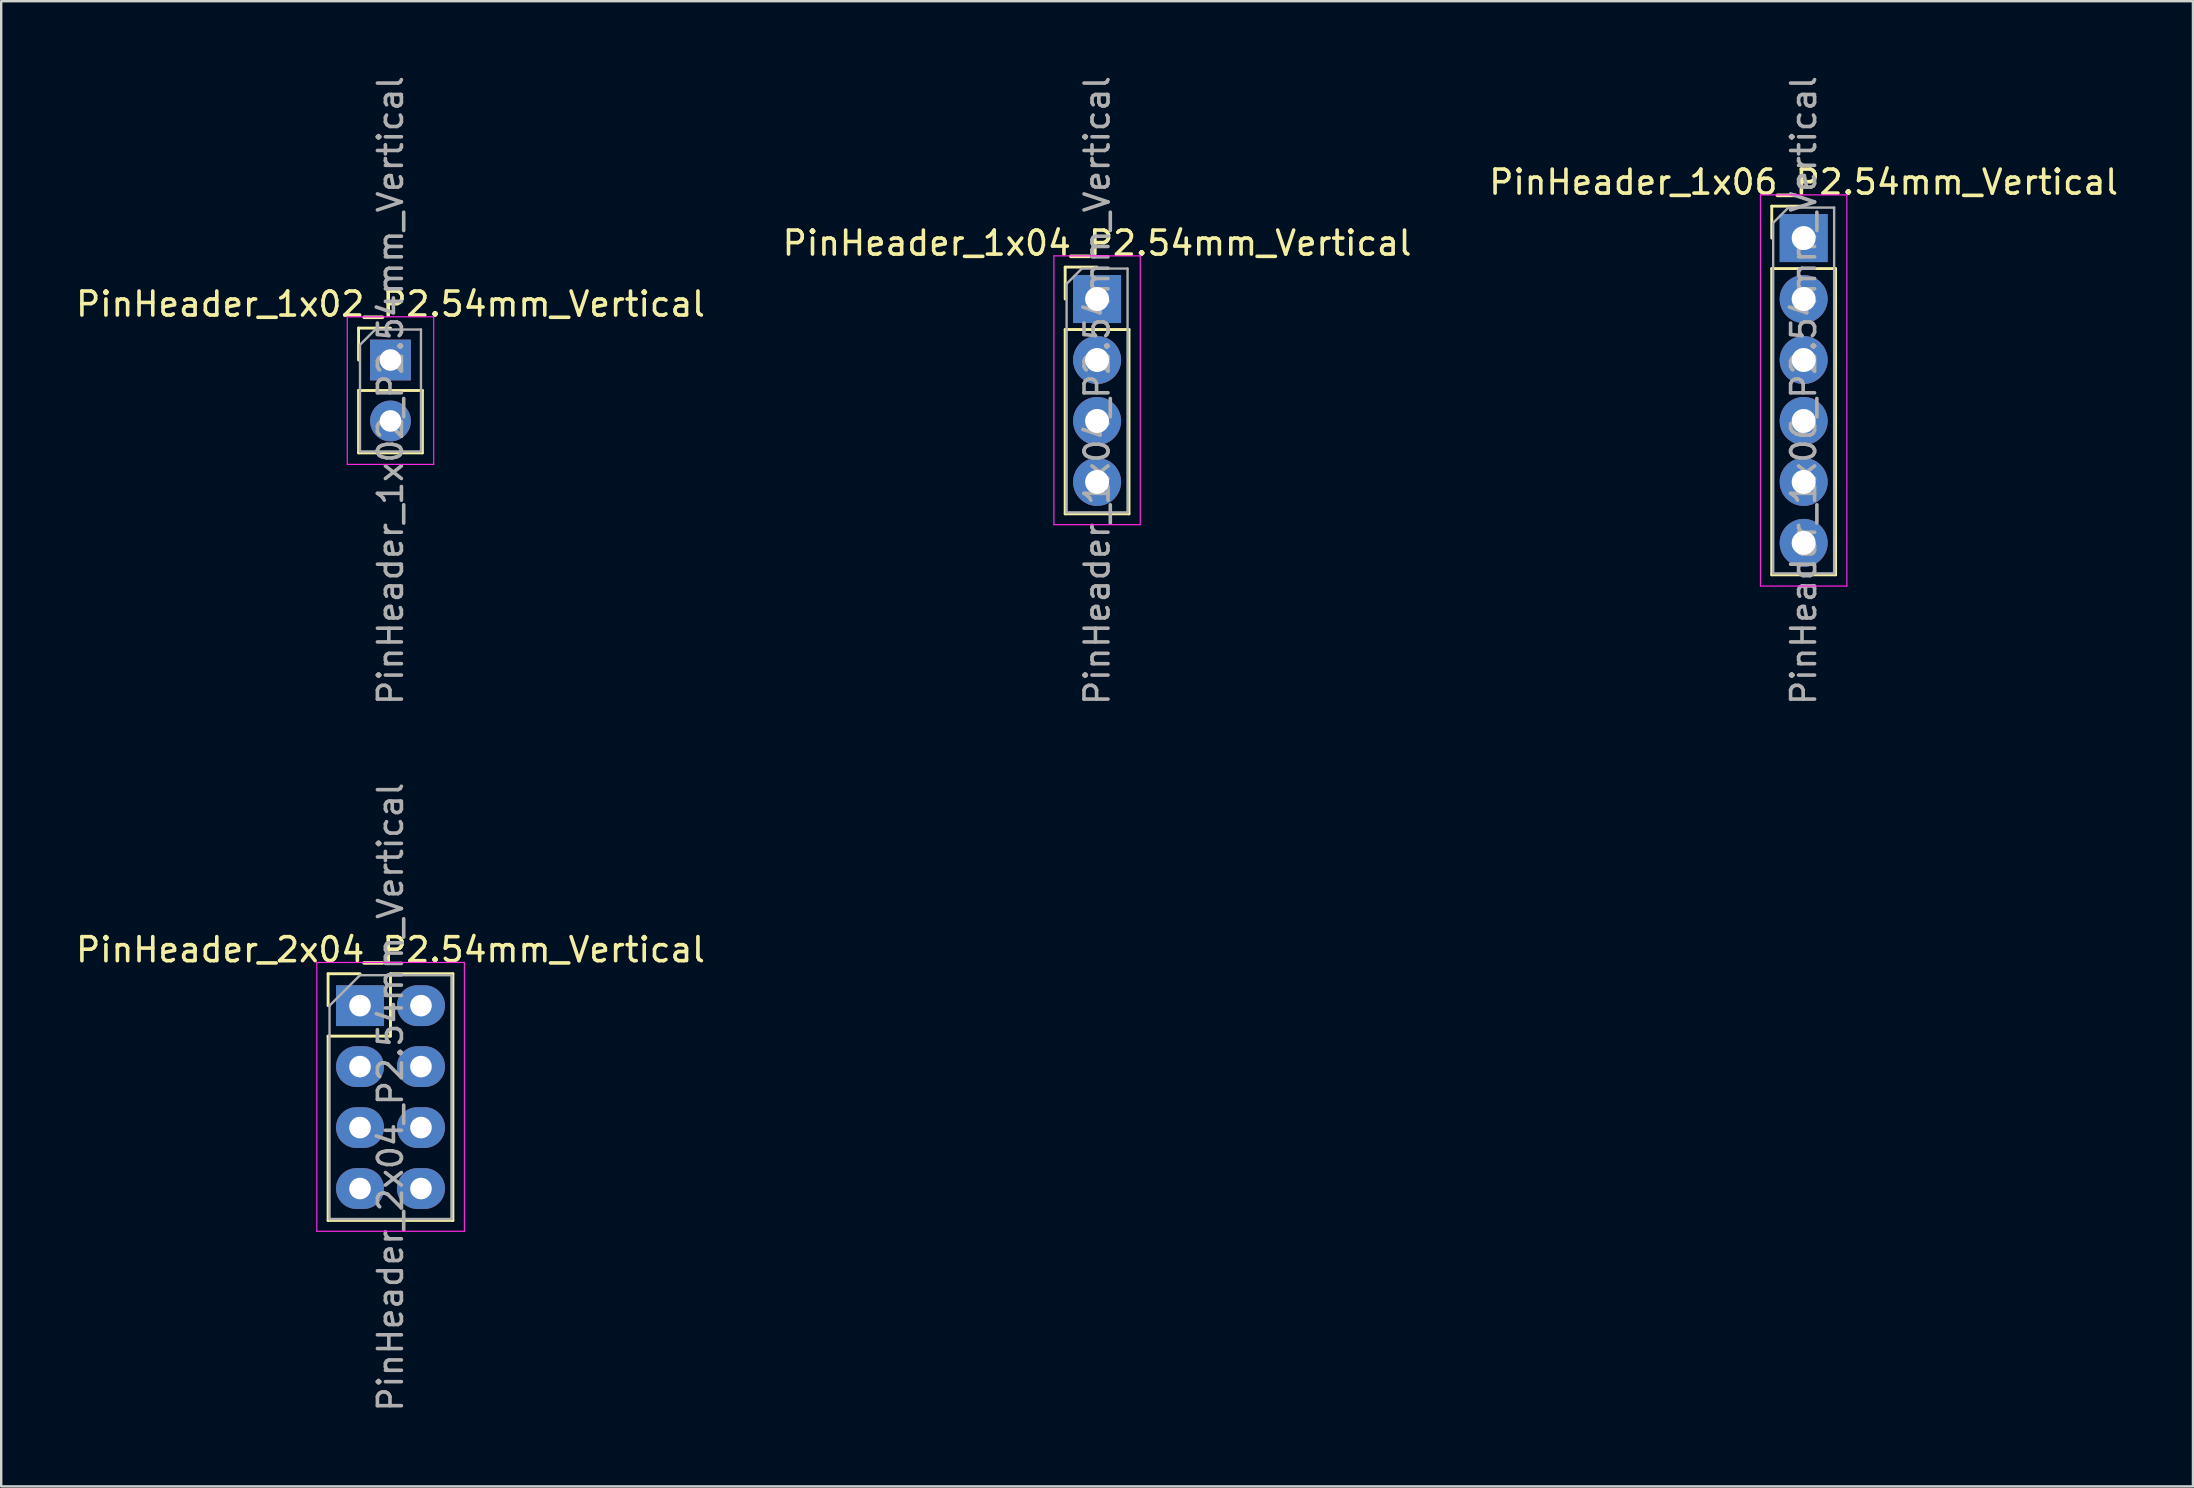
<source format=kicad_pcb>
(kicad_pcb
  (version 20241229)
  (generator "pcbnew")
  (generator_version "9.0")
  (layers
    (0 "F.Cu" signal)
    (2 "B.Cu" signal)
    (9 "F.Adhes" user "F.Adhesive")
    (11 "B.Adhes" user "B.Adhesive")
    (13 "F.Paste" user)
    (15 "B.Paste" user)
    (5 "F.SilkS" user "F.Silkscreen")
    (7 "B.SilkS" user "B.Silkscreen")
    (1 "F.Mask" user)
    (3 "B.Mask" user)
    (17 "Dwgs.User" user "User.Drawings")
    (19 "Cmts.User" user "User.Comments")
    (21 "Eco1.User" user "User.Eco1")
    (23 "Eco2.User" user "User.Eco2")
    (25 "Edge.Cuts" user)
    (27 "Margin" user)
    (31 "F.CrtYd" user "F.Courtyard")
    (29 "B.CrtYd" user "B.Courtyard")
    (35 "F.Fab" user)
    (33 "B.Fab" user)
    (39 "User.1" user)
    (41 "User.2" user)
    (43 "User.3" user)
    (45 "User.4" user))
  (footprint "PinHeader_1x04_P2.54mm_Vertical"
    (layer "F.Cu")
    (at 42.661 9.41)
    (property "Reference" "PinHeader_1x04_P2.54mm_Vertical" (at 0 -2.33 0) (layer "F.SilkS") (effects (font (size 1 1) (thickness 0.15))))
    (attr through_hole)
    (fp_line (start -1.33 -1.33) (end 0 -1.33) (stroke (width 0.12) (type solid)) (layer "F.SilkS"))
    (fp_line (start -1.33 0) (end -1.33 -1.33) (stroke (width 0.12) (type solid)) (layer "F.SilkS"))
    (fp_line (start -1.33 1.27) (end -1.33 8.95) (stroke (width 0.12) (type solid)) (layer "F.SilkS"))
    (fp_line (start -1.33 1.27) (end 1.33 1.27) (stroke (width 0.12) (type solid)) (layer "F.SilkS"))
    (fp_line (start -1.33 8.95) (end 1.33 8.95) (stroke (width 0.12) (type solid)) (layer "F.SilkS"))
    (fp_line (start 1.33 1.27) (end 1.33 8.95) (stroke (width 0.12) (type solid)) (layer "F.SilkS"))
    (fp_line (start -1.8 -1.8) (end -1.8 9.4) (stroke (width 0.05) (type solid)) (layer "F.CrtYd"))
    (fp_line (start -1.8 9.4) (end 1.8 9.4) (stroke (width 0.05) (type solid)) (layer "F.CrtYd"))
    (fp_line (start 1.8 -1.8) (end -1.8 -1.8) (stroke (width 0.05) (type solid)) (layer "F.CrtYd"))
    (fp_line (start 1.8 9.4) (end 1.8 -1.8) (stroke (width 0.05) (type solid)) (layer "F.CrtYd"))
    (fp_line (start -1.27 -0.635) (end -0.635 -1.27) (stroke (width 0.1) (type solid)) (layer "F.Fab"))
    (fp_line (start -1.27 8.89) (end -1.27 -0.635) (stroke (width 0.1) (type solid)) (layer "F.Fab"))
    (fp_line (start -0.635 -1.27) (end 1.27 -1.27) (stroke (width 0.1) (type solid)) (layer "F.Fab"))
    (fp_line (start 1.27 -1.27) (end 1.27 8.89) (stroke (width 0.1) (type solid)) (layer "F.Fab"))
    (fp_line (start 1.27 8.89) (end -1.27 8.89) (stroke (width 0.1) (type solid)) (layer "F.Fab"))
    (fp_text user "${REFERENCE}" (at 0 3.81 90) (layer "F.Fab") (effects (font (size 1 1) (thickness 0.15))))
    (pad "1" thru_hole rect (at 0 0) (size 2 2) (drill 1) (layers "*.Cu" "*.Mask"))
    (pad "2" thru_hole oval (at 0 2.54) (size 2 2) (drill 1) (layers "*.Cu" "*.Mask"))
    (pad "3" thru_hole oval (at 0 5.08) (size 2 2) (drill 1) (layers "*.Cu" "*.Mask"))
    (pad "4" thru_hole oval (at 0 7.62) (size 2 2) (drill 1) (layers "*.Cu" "*.Mask")))
  (footprint "PinHeader_2x04_P2.54mm_Vertical"
    (layer "F.Cu")
    (at 11.95 38.851)
    (property "Reference" "PinHeader_2x04_P2.54mm_Vertical" (at 1.27 -2.33 0) (layer "F.SilkS") (effects (font (size 1 1) (thickness 0.15))))
    (attr through_hole)
    (fp_line (start -1.33 -1.33) (end 0 -1.33) (stroke (width 0.12) (type solid)) (layer "F.SilkS"))
    (fp_line (start -1.33 0) (end -1.33 -1.33) (stroke (width 0.12) (type solid)) (layer "F.SilkS"))
    (fp_line (start -1.33 1.27) (end -1.33 8.95) (stroke (width 0.12) (type solid)) (layer "F.SilkS"))
    (fp_line (start -1.33 1.27) (end 1.27 1.27) (stroke (width 0.12) (type solid)) (layer "F.SilkS"))
    (fp_line (start -1.33 8.95) (end 3.87 8.95) (stroke (width 0.12) (type solid)) (layer "F.SilkS"))
    (fp_line (start 1.27 -1.33) (end 3.87 -1.33) (stroke (width 0.12) (type solid)) (layer "F.SilkS"))
    (fp_line (start 1.27 1.27) (end 1.27 -1.33) (stroke (width 0.12) (type solid)) (layer "F.SilkS"))
    (fp_line (start 3.87 -1.33) (end 3.87 8.95) (stroke (width 0.12) (type solid)) (layer "F.SilkS"))
    (fp_line (start -1.8 -1.8) (end -1.8 9.4) (stroke (width 0.05) (type solid)) (layer "F.CrtYd"))
    (fp_line (start -1.8 9.4) (end 4.35 9.4) (stroke (width 0.05) (type solid)) (layer "F.CrtYd"))
    (fp_line (start 4.35 -1.8) (end -1.8 -1.8) (stroke (width 0.05) (type solid)) (layer "F.CrtYd"))
    (fp_line (start 4.35 9.4) (end 4.35 -1.8) (stroke (width 0.05) (type solid)) (layer "F.CrtYd"))
    (fp_line (start -1.27 0) (end 0 -1.27) (stroke (width 0.1) (type solid)) (layer "F.Fab"))
    (fp_line (start -1.27 8.89) (end -1.27 0) (stroke (width 0.1) (type solid)) (layer "F.Fab"))
    (fp_line (start 0 -1.27) (end 3.81 -1.27) (stroke (width 0.1) (type solid)) (layer "F.Fab"))
    (fp_line (start 3.81 -1.27) (end 3.81 8.89) (stroke (width 0.1) (type solid)) (layer "F.Fab"))
    (fp_line (start 3.81 8.89) (end -1.27 8.89) (stroke (width 0.1) (type solid)) (layer "F.Fab"))
    (fp_text user "${REFERENCE}" (at 1.27 3.81 90) (layer "F.Fab") (effects (font (size 1 1) (thickness 0.15))))
    (pad "1" thru_hole rect (at 0 0) (size 2 1.7) (drill 0.9) (layers "*.Cu" "*.Mask"))
    (pad "2" thru_hole oval (at 2.54 0) (size 2 1.7) (drill 0.9) (layers "*.Cu" "*.Mask"))
    (pad "3" thru_hole oval (at 0 2.54) (size 2 1.7) (drill 0.9) (layers "*.Cu" "*.Mask"))
    (pad "4" thru_hole oval (at 2.54 2.54) (size 2 1.7) (drill 0.9) (layers "*.Cu" "*.Mask"))
    (pad "5" thru_hole oval (at 0 5.08) (size 2 1.7) (drill 0.9) (layers "*.Cu" "*.Mask"))
    (pad "6" thru_hole oval (at 2.54 5.08) (size 2 1.7) (drill 0.9) (layers "*.Cu" "*.Mask"))
    (pad "7" thru_hole oval (at 0 7.62) (size 2 1.7) (drill 0.9) (layers "*.Cu" "*.Mask"))
    (pad "8" thru_hole oval (at 2.54 7.62) (size 2 1.7) (drill 0.9) (layers "*.Cu" "*.Mask")))
  (footprint "PinHeader_1x02_P2.54mm_Vertical"
    (placed yes)
    (layer "F.Cu")
    (at 13.22 11.95)
    (property "Reference" "PinHeader_1x02_P2.54mm_Vertical" (at 0 -2.33 180) (layer "F.SilkS") (effects (font (size 1 1) (thickness 0.15))))
    (attr through_hole)
    (fp_line (start -1.33 -1.33) (end 0 -1.33) (stroke (width 0.12) (type solid)) (layer "F.SilkS"))
    (fp_line (start -1.33 0) (end -1.33 -1.33) (stroke (width 0.12) (type solid)) (layer "F.SilkS"))
    (fp_line (start -1.33 1.27) (end -1.33 3.87) (stroke (width 0.12) (type solid)) (layer "F.SilkS"))
    (fp_line (start -1.33 1.27) (end 1.33 1.27) (stroke (width 0.12) (type solid)) (layer "F.SilkS"))
    (fp_line (start -1.33 3.87) (end 1.33 3.87) (stroke (width 0.12) (type solid)) (layer "F.SilkS"))
    (fp_line (start 1.33 1.27) (end 1.33 3.87) (stroke (width 0.12) (type solid)) (layer "F.SilkS"))
    (fp_line (start -1.8 -1.8) (end -1.8 4.35) (stroke (width 0.05) (type solid)) (layer "F.CrtYd"))
    (fp_line (start -1.8 4.35) (end 1.8 4.35) (stroke (width 0.05) (type solid)) (layer "F.CrtYd"))
    (fp_line (start 1.8 -1.8) (end -1.8 -1.8) (stroke (width 0.05) (type solid)) (layer "F.CrtYd"))
    (fp_line (start 1.8 4.35) (end 1.8 -1.8) (stroke (width 0.05) (type solid)) (layer "F.CrtYd"))
    (fp_line (start -1.27 -0.635) (end -0.635 -1.27) (stroke (width 0.1) (type solid)) (layer "F.Fab"))
    (fp_line (start -1.27 3.81) (end -1.27 -0.635) (stroke (width 0.1) (type solid)) (layer "F.Fab"))
    (fp_line (start -0.635 -1.27) (end 1.27 -1.27) (stroke (width 0.1) (type solid)) (layer "F.Fab"))
    (fp_line (start 1.27 -1.27) (end 1.27 3.81) (stroke (width 0.1) (type solid)) (layer "F.Fab"))
    (fp_line (start 1.27 3.81) (end -1.27 3.81) (stroke (width 0.1) (type solid)) (layer "F.Fab"))
    (fp_text user "${REFERENCE}" (at 0 1.27 270) (layer "F.Fab") (effects (font (size 1 1) (thickness 0.15))))
    (pad "1" thru_hole rect (at 0 0) (size 1.7 1.7) (drill 0.9) (layers "*.Cu" "*.Mask"))
    (pad "2" thru_hole oval (at 0 2.54) (size 1.7 1.7) (drill 0.9) (layers "*.Cu" "*.Mask")))
  (footprint "PinHeader_1x06_P2.54mm_Vertical"
    (layer "F.Cu")
    (at 72.101 6.87)
    (property "Reference" "PinHeader_1x06_P2.54mm_Vertical" (at 0 -2.33 0) (layer "F.SilkS") (effects (font (size 1 1) (thickness 0.15))))
    (attr through_hole)
    (fp_line (start -1.33 -1.33) (end 0 -1.33) (stroke (width 0.12) (type solid)) (layer "F.SilkS"))
    (fp_line (start -1.33 0) (end -1.33 -1.33) (stroke (width 0.12) (type solid)) (layer "F.SilkS"))
    (fp_line (start -1.33 1.27) (end -1.33 14.03) (stroke (width 0.12) (type solid)) (layer "F.SilkS"))
    (fp_line (start -1.33 1.27) (end 1.33 1.27) (stroke (width 0.12) (type solid)) (layer "F.SilkS"))
    (fp_line (start -1.33 14.03) (end 1.33 14.03) (stroke (width 0.12) (type solid)) (layer "F.SilkS"))
    (fp_line (start 1.33 1.27) (end 1.33 14.03) (stroke (width 0.12) (type solid)) (layer "F.SilkS"))
    (fp_line (start -1.8 -1.8) (end -1.8 14.5) (stroke (width 0.05) (type solid)) (layer "F.CrtYd"))
    (fp_line (start -1.8 14.5) (end 1.8 14.5) (stroke (width 0.05) (type solid)) (layer "F.CrtYd"))
    (fp_line (start 1.8 -1.8) (end -1.8 -1.8) (stroke (width 0.05) (type solid)) (layer "F.CrtYd"))
    (fp_line (start 1.8 14.5) (end 1.8 -1.8) (stroke (width 0.05) (type solid)) (layer "F.CrtYd"))
    (fp_line (start -1.27 -0.635) (end -0.635 -1.27) (stroke (width 0.1) (type solid)) (layer "F.Fab"))
    (fp_line (start -1.27 13.97) (end -1.27 -0.635) (stroke (width 0.1) (type solid)) (layer "F.Fab"))
    (fp_line (start -0.635 -1.27) (end 1.27 -1.27) (stroke (width 0.1) (type solid)) (layer "F.Fab"))
    (fp_line (start 1.27 -1.27) (end 1.27 13.97) (stroke (width 0.1) (type solid)) (layer "F.Fab"))
    (fp_line (start 1.27 13.97) (end -1.27 13.97) (stroke (width 0.1) (type solid)) (layer "F.Fab"))
    (fp_text user "${REFERENCE}" (at 0 6.35 90) (layer "F.Fab") (effects (font (size 1 1) (thickness 0.15))))
    (pad "1" thru_hole rect (at 0 0) (size 2 2) (drill 1) (layers "*.Cu" "*.Mask"))
    (pad "2" thru_hole oval (at 0 2.54) (size 2 2) (drill 1) (layers "*.Cu" "*.Mask"))
    (pad "3" thru_hole oval (at 0 5.08) (size 2 2) (drill 1) (layers "*.Cu" "*.Mask"))
    (pad "4" thru_hole oval (at 0 7.62) (size 2 2) (drill 1) (layers "*.Cu" "*.Mask"))
    (pad "5" thru_hole oval (at 0 10.16) (size 2 2) (drill 1) (layers "*.Cu" "*.Mask"))
    (pad "6" thru_hole oval (at 0 12.7) (size 2 2) (drill 1) (layers "*.Cu" "*.Mask")))
  (gr_rect
    (start -3 -3)
    (end 88.321 58.881)
    (stroke (width 0.1) (type default))
    (fill no)
    (layer "Edge.Cuts")))
</source>
